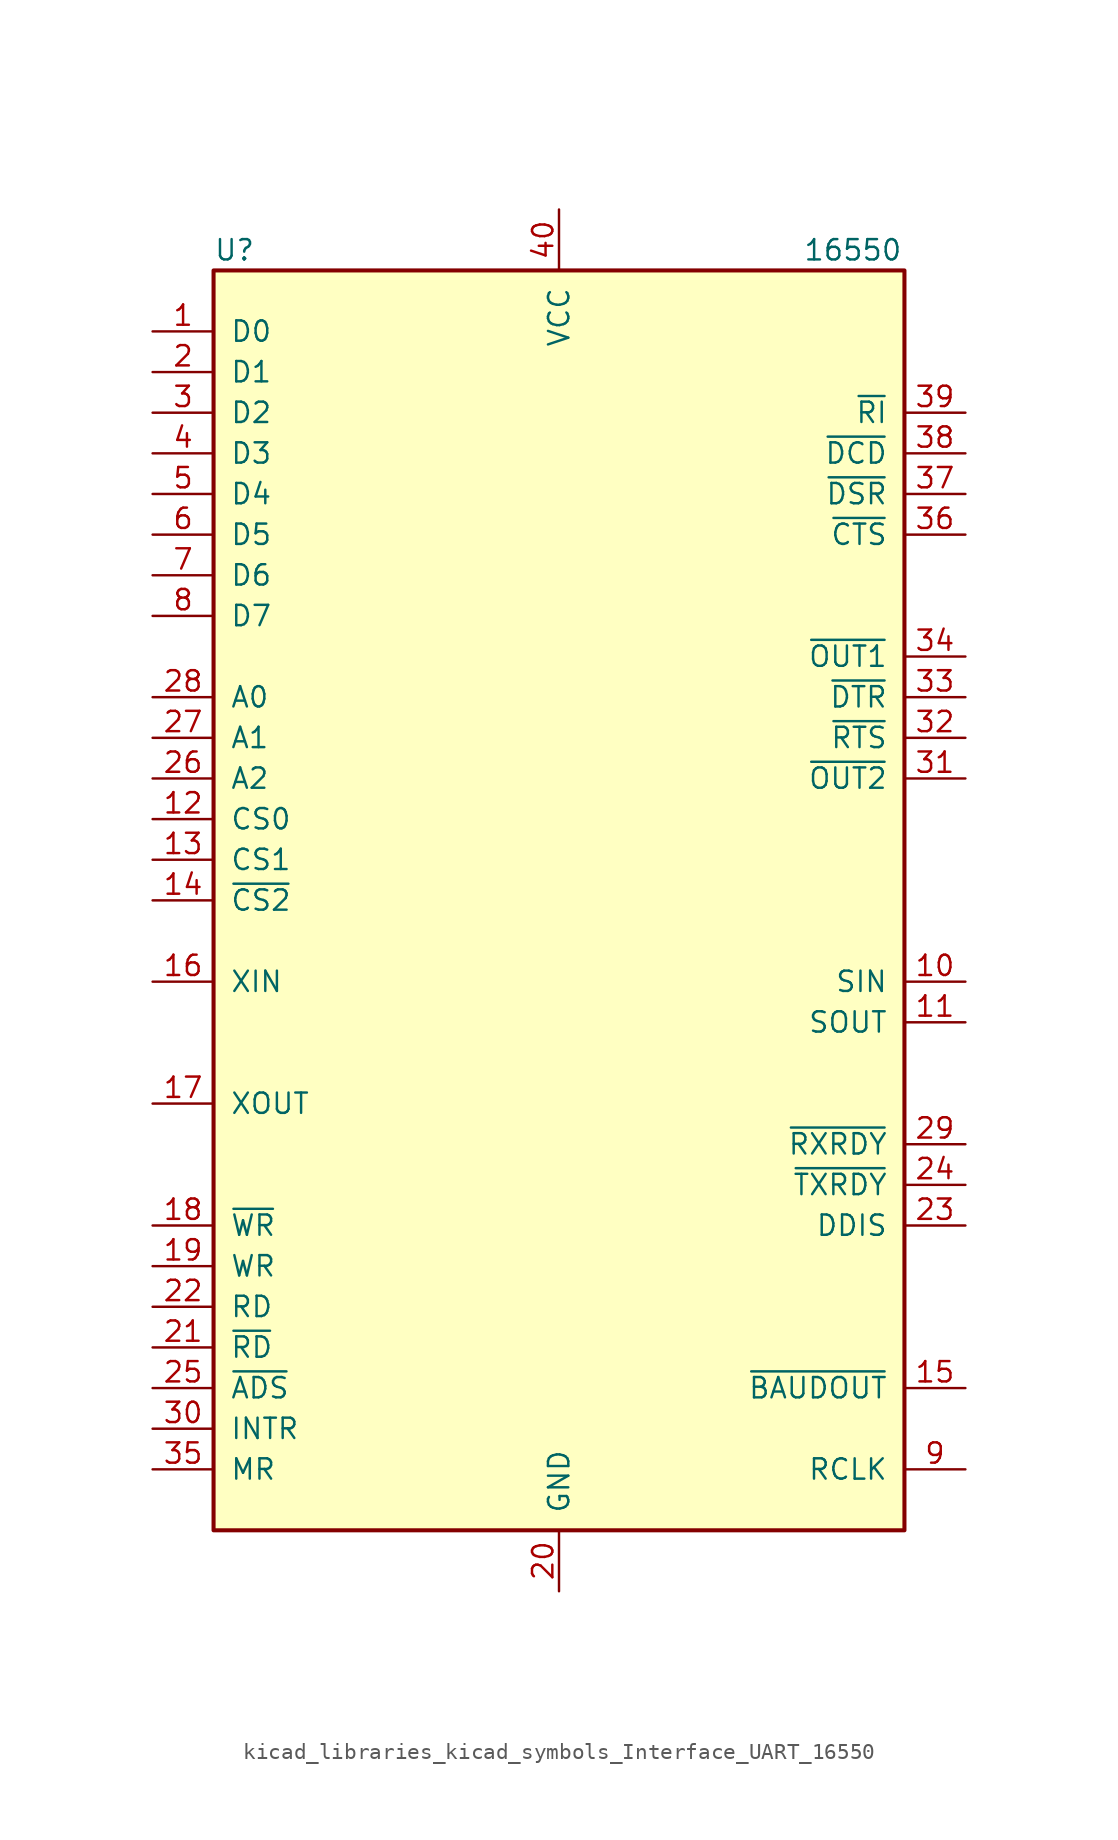
<source format=kicad_sym>
(kicad_symbol_lib
  (version 20220914)
  (generator kicad_symbol_editor)
  (symbol "kicad_libraries_kicad_symbols_Interface_UART_16550"
    (pin_names
      (offset 1.016))
    (property "Reference" "U"
      (at -21.59 40.64 0)
      (effects (font (size 1.27 1.27)) (justify left)))
    (property "Value" "16550"
      (at 15.24 40.64 0)
      (effects (font (size 1.27 1.27)) (justify left)))
    (symbol "kicad_libraries_kicad_symbols_Interface_UART_16550_0_1"
      (rectangle (start -21.59 -39.37) (end 21.59 39.37) (stroke (width 0.254) (type default)) (fill (type background))))
    (symbol "kicad_libraries_kicad_symbols_Interface_UART_16550_1_1"
      (pin bidirectional line (at -25.4 35.56 0) (length 3.81) (name "D0" (effects (font (size 1.27 1.27)))) (number "1" (effects (font (size 1.27 1.27)))))
      (pin input line (at 25.4 -5.08 180) (length 3.81) (name "SIN" (effects (font (size 1.27 1.27)))) (number "10" (effects (font (size 1.27 1.27)))))
      (pin output line (at 25.4 -7.62 180) (length 3.81) (name "SOUT" (effects (font (size 1.27 1.27)))) (number "11" (effects (font (size 1.27 1.27)))))
      (pin input line (at -25.4 5.08 0) (length 3.81) (name "CS0" (effects (font (size 1.27 1.27)))) (number "12" (effects (font (size 1.27 1.27)))))
      (pin input line (at -25.4 2.54 0) (length 3.81) (name "CS1" (effects (font (size 1.27 1.27)))) (number "13" (effects (font (size 1.27 1.27)))))
      (pin input line (at -25.4 0 0) (length 3.81) (name "~{CS2}" (effects (font (size 1.27 1.27)))) (number "14" (effects (font (size 1.27 1.27)))))
      (pin output line (at 25.4 -30.48 180) (length 3.81) (name "~{BAUDOUT}" (effects (font (size 1.27 1.27)))) (number "15" (effects (font (size 1.27 1.27)))))
      (pin input line (at -25.4 -5.08 0) (length 3.81) (name "XIN" (effects (font (size 1.27 1.27)))) (number "16" (effects (font (size 1.27 1.27)))))
      (pin output line (at -25.4 -12.7 0) (length 3.81) (name "XOUT" (effects (font (size 1.27 1.27)))) (number "17" (effects (font (size 1.27 1.27)))))
      (pin input line (at -25.4 -20.32 0) (length 3.81) (name "~{WR}" (effects (font (size 1.27 1.27)))) (number "18" (effects (font (size 1.27 1.27)))))
      (pin input line (at -25.4 -22.86 0) (length 3.81) (name "WR" (effects (font (size 1.27 1.27)))) (number "19" (effects (font (size 1.27 1.27)))))
      (pin bidirectional line (at -25.4 33.02 0) (length 3.81) (name "D1" (effects (font (size 1.27 1.27)))) (number "2" (effects (font (size 1.27 1.27)))))
      (pin power_in line (at 0 -43.18 90) (length 3.81) (name "GND" (effects (font (size 1.27 1.27)))) (number "20" (effects (font (size 1.27 1.27)))))
      (pin input line (at -25.4 -27.94 0) (length 3.81) (name "~{RD}" (effects (font (size 1.27 1.27)))) (number "21" (effects (font (size 1.27 1.27)))))
      (pin input line (at -25.4 -25.4 0) (length 3.81) (name "RD" (effects (font (size 1.27 1.27)))) (number "22" (effects (font (size 1.27 1.27)))))
      (pin output line (at 25.4 -20.32 180) (length 3.81) (name "DDIS" (effects (font (size 1.27 1.27)))) (number "23" (effects (font (size 1.27 1.27)))))
      (pin output line (at 25.4 -17.78 180) (length 3.81) (name "~{TXRDY}" (effects (font (size 1.27 1.27)))) (number "24" (effects (font (size 1.27 1.27)))))
      (pin input line (at -25.4 -30.48 0) (length 3.81) (name "~{ADS}" (effects (font (size 1.27 1.27)))) (number "25" (effects (font (size 1.27 1.27)))))
      (pin input line (at -25.4 7.62 0) (length 3.81) (name "A2" (effects (font (size 1.27 1.27)))) (number "26" (effects (font (size 1.27 1.27)))))
      (pin input line (at -25.4 10.16 0) (length 3.81) (name "A1" (effects (font (size 1.27 1.27)))) (number "27" (effects (font (size 1.27 1.27)))))
      (pin input line (at -25.4 12.7 0) (length 3.81) (name "A0" (effects (font (size 1.27 1.27)))) (number "28" (effects (font (size 1.27 1.27)))))
      (pin output line (at 25.4 -15.24 180) (length 3.81) (name "~{RXRDY}" (effects (font (size 1.27 1.27)))) (number "29" (effects (font (size 1.27 1.27)))))
      (pin bidirectional line (at -25.4 30.48 0) (length 3.81) (name "D2" (effects (font (size 1.27 1.27)))) (number "3" (effects (font (size 1.27 1.27)))))
      (pin output line (at -25.4 -33.02 0) (length 3.81) (name "INTR" (effects (font (size 1.27 1.27)))) (number "30" (effects (font (size 1.27 1.27)))))
      (pin output line (at 25.4 7.62 180) (length 3.81) (name "~{OUT2}" (effects (font (size 1.27 1.27)))) (number "31" (effects (font (size 1.27 1.27)))))
      (pin output line (at 25.4 10.16 180) (length 3.81) (name "~{RTS}" (effects (font (size 1.27 1.27)))) (number "32" (effects (font (size 1.27 1.27)))))
      (pin output line (at 25.4 12.7 180) (length 3.81) (name "~{DTR}" (effects (font (size 1.27 1.27)))) (number "33" (effects (font (size 1.27 1.27)))))
      (pin output line (at 25.4 15.24 180) (length 3.81) (name "~{OUT1}" (effects (font (size 1.27 1.27)))) (number "34" (effects (font (size 1.27 1.27)))))
      (pin input line (at -25.4 -35.56 0) (length 3.81) (name "MR" (effects (font (size 1.27 1.27)))) (number "35" (effects (font (size 1.27 1.27)))))
      (pin input line (at 25.4 22.86 180) (length 3.81) (name "~{CTS}" (effects (font (size 1.27 1.27)))) (number "36" (effects (font (size 1.27 1.27)))))
      (pin input line (at 25.4 25.4 180) (length 3.81) (name "~{DSR}" (effects (font (size 1.27 1.27)))) (number "37" (effects (font (size 1.27 1.27)))))
      (pin input line (at 25.4 27.94 180) (length 3.81) (name "~{DCD}" (effects (font (size 1.27 1.27)))) (number "38" (effects (font (size 1.27 1.27)))))
      (pin input line (at 25.4 30.48 180) (length 3.81) (name "~{RI}" (effects (font (size 1.27 1.27)))) (number "39" (effects (font (size 1.27 1.27)))))
      (pin bidirectional line (at -25.4 27.94 0) (length 3.81) (name "D3" (effects (font (size 1.27 1.27)))) (number "4" (effects (font (size 1.27 1.27)))))
      (pin power_in line (at 0 43.18 270) (length 3.81) (name "VCC" (effects (font (size 1.27 1.27)))) (number "40" (effects (font (size 1.27 1.27)))))
      (pin bidirectional line (at -25.4 25.4 0) (length 3.81) (name "D4" (effects (font (size 1.27 1.27)))) (number "5" (effects (font (size 1.27 1.27)))))
      (pin bidirectional line (at -25.4 22.86 0) (length 3.81) (name "D5" (effects (font (size 1.27 1.27)))) (number "6" (effects (font (size 1.27 1.27)))))
      (pin bidirectional line (at -25.4 20.32 0) (length 3.81) (name "D6" (effects (font (size 1.27 1.27)))) (number "7" (effects (font (size 1.27 1.27)))))
      (pin bidirectional line (at -25.4 17.78 0) (length 3.81) (name "D7" (effects (font (size 1.27 1.27)))) (number "8" (effects (font (size 1.27 1.27)))))
      (pin input line (at 25.4 -35.56 180) (length 3.81) (name "RCLK" (effects (font (size 1.27 1.27)))) (number "9" (effects (font (size 1.27 1.27))))))))
</source>
